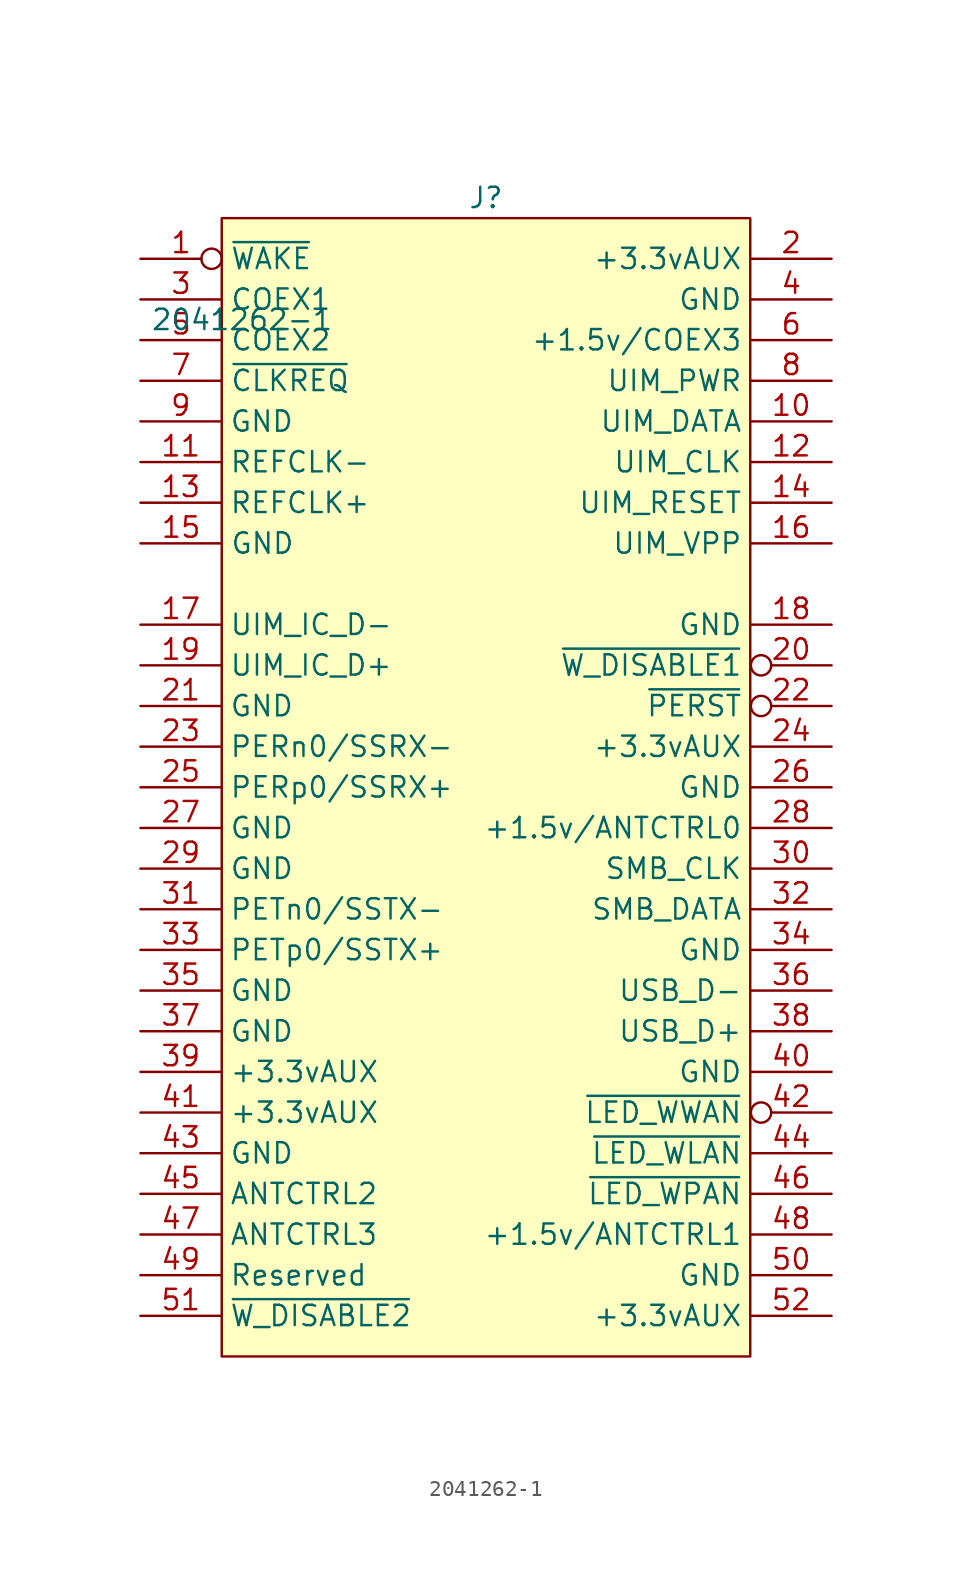
<source format=kicad_sym>
(kicad_symbol_lib
  (version 20241209)
  (generator "kicad_symbol_editor")
  (generator_version "9.0")
  (symbol "2041262-1"
    (property "Reference" "J"
      (at 0 3.81 0)
      (effects (font (size 1.27 1.27))))
    (property "Value" "2041262-1"
      (at -15.24 -3.81 0)
      (effects (font (size 1.27 1.27))))
    (symbol "2041262-1_1_1"
      (rectangle (start -16.51 2.54) (end 16.51 -68.58) (stroke (width 0) (type default)) (fill (type background)))
      (pin open_collector inverted (at -21.59 0 0) (length 5.08) (name "~{WAKE}" (effects (font (size 1.27 1.27)))) (number "1" (effects (font (size 1.27 1.27)))))
      (pin passive line (at -21.59 -2.54 0) (length 5.08) (name "COEX1" (effects (font (size 1.27 1.27)))) (number "3" (effects (font (size 1.27 1.27)))))
      (pin passive line (at -21.59 -5.08 0) (length 5.08) (name "COEX2" (effects (font (size 1.27 1.27)))) (number "5" (effects (font (size 1.27 1.27)))))
      (pin open_collector line (at -21.59 -7.62 0) (length 5.08) (name "~{CLKREQ}" (effects (font (size 1.27 1.27)))) (number "7" (effects (font (size 1.27 1.27)))))
      (pin power_in line (at -21.59 -10.16 0) (length 5.04) (name "GND" (effects (font (size 1.27 1.27)))) (number "9" (effects (font (size 1.27 1.27)))))
      (pin input line (at -21.59 -12.7 0) (length 5.04) (name "REFCLK-" (effects (font (size 1.27 1.27)))) (number "11" (effects (font (size 1.27 1.27)))))
      (pin input line (at -21.59 -15.24 0) (length 5.04) (name "REFCLK+" (effects (font (size 1.27 1.27)))) (number "13" (effects (font (size 1.27 1.27)))))
      (pin power_in line (at -21.59 -17.78 0) (length 5.08) (name "GND" (effects (font (size 1.27 1.27)))) (number "15" (effects (font (size 1.27 1.27)))))
      (pin passive line (at -21.59 -22.86 0) (length 5.04) (name "UIM_IC_D-" (effects (font (size 1.27 1.27)))) (number "17" (effects (font (size 1.27 1.27)))))
      (pin passive line (at -21.59 -25.4 0) (length 5.04) (name "UIM_IC_D+" (effects (font (size 1.27 1.27)))) (number "19" (effects (font (size 1.27 1.27)))))
      (pin power_in line (at -21.59 -27.94 0) (length 5.04) (name "GND" (effects (font (size 1.27 1.27)))) (number "21" (effects (font (size 1.27 1.27)))))
      (pin output line (at -21.59 -30.48 0) (length 5.04) (name "PERn0/SSRX-" (effects (font (size 1.27 1.27)))) (number "23" (effects (font (size 1.27 1.27)))))
      (pin output line (at -21.59 -33.02 0) (length 5.04) (name "PERp0/SSRX+" (effects (font (size 1.27 1.27)))) (number "25" (effects (font (size 1.27 1.27)))))
      (pin power_in line (at -21.59 -35.56 0) (length 5.04) (name "GND" (effects (font (size 1.27 1.27)))) (number "27" (effects (font (size 1.27 1.27)))))
      (pin power_in line (at -21.59 -38.1 0) (length 5.04) (name "GND" (effects (font (size 1.27 1.27)))) (number "29" (effects (font (size 1.27 1.27)))))
      (pin input line (at -21.59 -40.64 0) (length 5.04) (name "PETn0/SSTX-" (effects (font (size 1.27 1.27)))) (number "31" (effects (font (size 1.27 1.27)))))
      (pin input line (at -21.59 -43.18 0) (length 5.04) (name "PETp0/SSTX+" (effects (font (size 1.27 1.27)))) (number "33" (effects (font (size 1.27 1.27)))))
      (pin power_in line (at -21.59 -45.72 0) (length 5.04) (name "GND" (effects (font (size 1.27 1.27)))) (number "35" (effects (font (size 1.27 1.27)))))
      (pin power_in line (at -21.59 -48.26 0) (length 5.04) (name "GND" (effects (font (size 1.27 1.27)))) (number "37" (effects (font (size 1.27 1.27)))))
      (pin power_in line (at -21.59 -50.8 0) (length 5.04) (name "+3.3vAUX" (effects (font (size 1.27 1.27)))) (number "39" (effects (font (size 1.27 1.27)))))
      (pin power_in line (at -21.59 -53.34 0) (length 5.04) (name "+3.3vAUX" (effects (font (size 1.27 1.27)))) (number "41" (effects (font (size 1.27 1.27)))))
      (pin power_in line (at -21.59 -55.88 0) (length 5.04) (name "GND" (effects (font (size 1.27 1.27)))) (number "43" (effects (font (size 1.27 1.27)))))
      (pin passive line (at -21.59 -58.42 0) (length 5.04) (name "ANTCTRL2" (effects (font (size 1.27 1.27)))) (number "45" (effects (font (size 1.27 1.27)))))
      (pin passive line (at -21.59 -60.96 0) (length 5.04) (name "ANTCTRL3" (effects (font (size 1.27 1.27)))) (number "47" (effects (font (size 1.27 1.27)))))
      (pin passive line (at -21.59 -63.5 0) (length 5.04) (name "Reserved" (effects (font (size 1.27 1.27)))) (number "49" (effects (font (size 1.27 1.27)))))
      (pin input line (at -21.59 -66.04 0) (length 5.04) (name "~{W_DISABLE2}" (effects (font (size 1.27 1.27)))) (number "51" (effects (font (size 1.27 1.27)))))
      (pin power_in line (at 21.59 0 180) (length 5.04) (name "+3.3vAUX" (effects (font (size 1.27 1.27)))) (number "2" (effects (font (size 1.27 1.27)))))
      (pin power_in line (at 21.59 -2.54 180) (length 5.04) (name "GND" (effects (font (size 1.27 1.27)))) (number "4" (effects (font (size 1.27 1.27)))))
      (pin power_in line (at 21.59 -5.08 180) (length 5.04) (name "+1.5v/COEX3" (effects (font (size 1.27 1.27)))) (number "6" (effects (font (size 1.27 1.27)))))
      (pin power_out line (at 21.59 -7.62 180) (length 5.04) (name "UIM_PWR" (effects (font (size 1.27 1.27)))) (number "8" (effects (font (size 1.27 1.27)))))
      (pin bidirectional line (at 21.59 -10.16 180) (length 5.04) (name "UIM_DATA" (effects (font (size 1.27 1.27)))) (number "10" (effects (font (size 1.27 1.27)))))
      (pin output line (at 21.59 -12.7 180) (length 5.04) (name "UIM_CLK" (effects (font (size 1.27 1.27)))) (number "12" (effects (font (size 1.27 1.27)))))
      (pin output line (at 21.59 -15.24 180) (length 5.04) (name "UIM_RESET" (effects (font (size 1.27 1.27)))) (number "14" (effects (font (size 1.27 1.27)))))
      (pin power_out line (at 21.59 -17.78 180) (length 5.04) (name "UIM_VPP" (effects (font (size 1.27 1.27)))) (number "16" (effects (font (size 1.27 1.27)))))
      (pin power_in line (at 21.59 -22.86 180) (length 5.04) (name "GND" (effects (font (size 1.27 1.27)))) (number "18" (effects (font (size 1.27 1.27)))))
      (pin input inverted (at 21.59 -25.4 180) (length 5.04) (name "~{W_DISABLE1}" (effects (font (size 1.27 1.27)))) (number "20" (effects (font (size 1.27 1.27)))))
      (pin input inverted (at 21.59 -27.94 180) (length 5.04) (name "~{PERST}" (effects (font (size 1.27 1.27)))) (number "22" (effects (font (size 1.27 1.27)))))
      (pin power_in line (at 21.59 -30.48 180) (length 5.04) (name "+3.3vAUX" (effects (font (size 1.27 1.27)))) (number "24" (effects (font (size 1.27 1.27)))))
      (pin power_in line (at 21.59 -33.02 180) (length 5.04) (name "GND" (effects (font (size 1.27 1.27)))) (number "26" (effects (font (size 1.27 1.27)))))
      (pin power_in line (at 21.59 -35.56 180) (length 5.04) (name "+1.5v/ANTCTRL0" (effects (font (size 1.27 1.27)))) (number "28" (effects (font (size 1.27 1.27)))))
      (pin input line (at 21.59 -38.1 180) (length 5.04) (name "SMB_CLK" (effects (font (size 1.27 1.27)))) (number "30" (effects (font (size 1.27 1.27)))))
      (pin bidirectional line (at 21.59 -40.64 180) (length 5.04) (name "SMB_DATA" (effects (font (size 1.27 1.27)))) (number "32" (effects (font (size 1.27 1.27)))))
      (pin power_in line (at 21.59 -43.18 180) (length 5.04) (name "GND" (effects (font (size 1.27 1.27)))) (number "34" (effects (font (size 1.27 1.27)))))
      (pin bidirectional line (at 21.59 -45.72 180) (length 5.04) (name "USB_D-" (effects (font (size 1.27 1.27)))) (number "36" (effects (font (size 1.27 1.27)))))
      (pin bidirectional line (at 21.59 -48.26 180) (length 5.04) (name "USB_D+" (effects (font (size 1.27 1.27)))) (number "38" (effects (font (size 1.27 1.27)))))
      (pin power_in line (at 21.59 -50.8 180) (length 5.04) (name "GND" (effects (font (size 1.27 1.27)))) (number "40" (effects (font (size 1.27 1.27)))))
      (pin open_collector inverted (at 21.59 -53.34 180) (length 5.04) (name "~{LED_WWAN}" (effects (font (size 1.27 1.27)))) (number "42" (effects (font (size 1.27 1.27)))))
      (pin open_collector line (at 21.59 -55.88 180) (length 5.04) (name "~{LED_WLAN}" (effects (font (size 1.27 1.27)))) (number "44" (effects (font (size 1.27 1.27)))))
      (pin open_collector line (at 21.59 -58.42 180) (length 5.04) (name "~{LED_WPAN}" (effects (font (size 1.27 1.27)))) (number "46" (effects (font (size 1.27 1.27)))))
      (pin power_in line (at 21.59 -60.96 180) (length 5.04) (name "+1.5v/ANTCTRL1" (effects (font (size 1.27 1.27)))) (number "48" (effects (font (size 1.27 1.27)))))
      (pin power_in line (at 21.59 -63.5 180) (length 5.04) (name "GND" (effects (font (size 1.27 1.27)))) (number "50" (effects (font (size 1.27 1.27)))))
      (pin power_in line (at 21.59 -66.04 180) (length 5.04) (name "+3.3vAUX" (effects (font (size 1.27 1.27)))) (number "52" (effects (font (size 1.27 1.27))))))))
</source>
